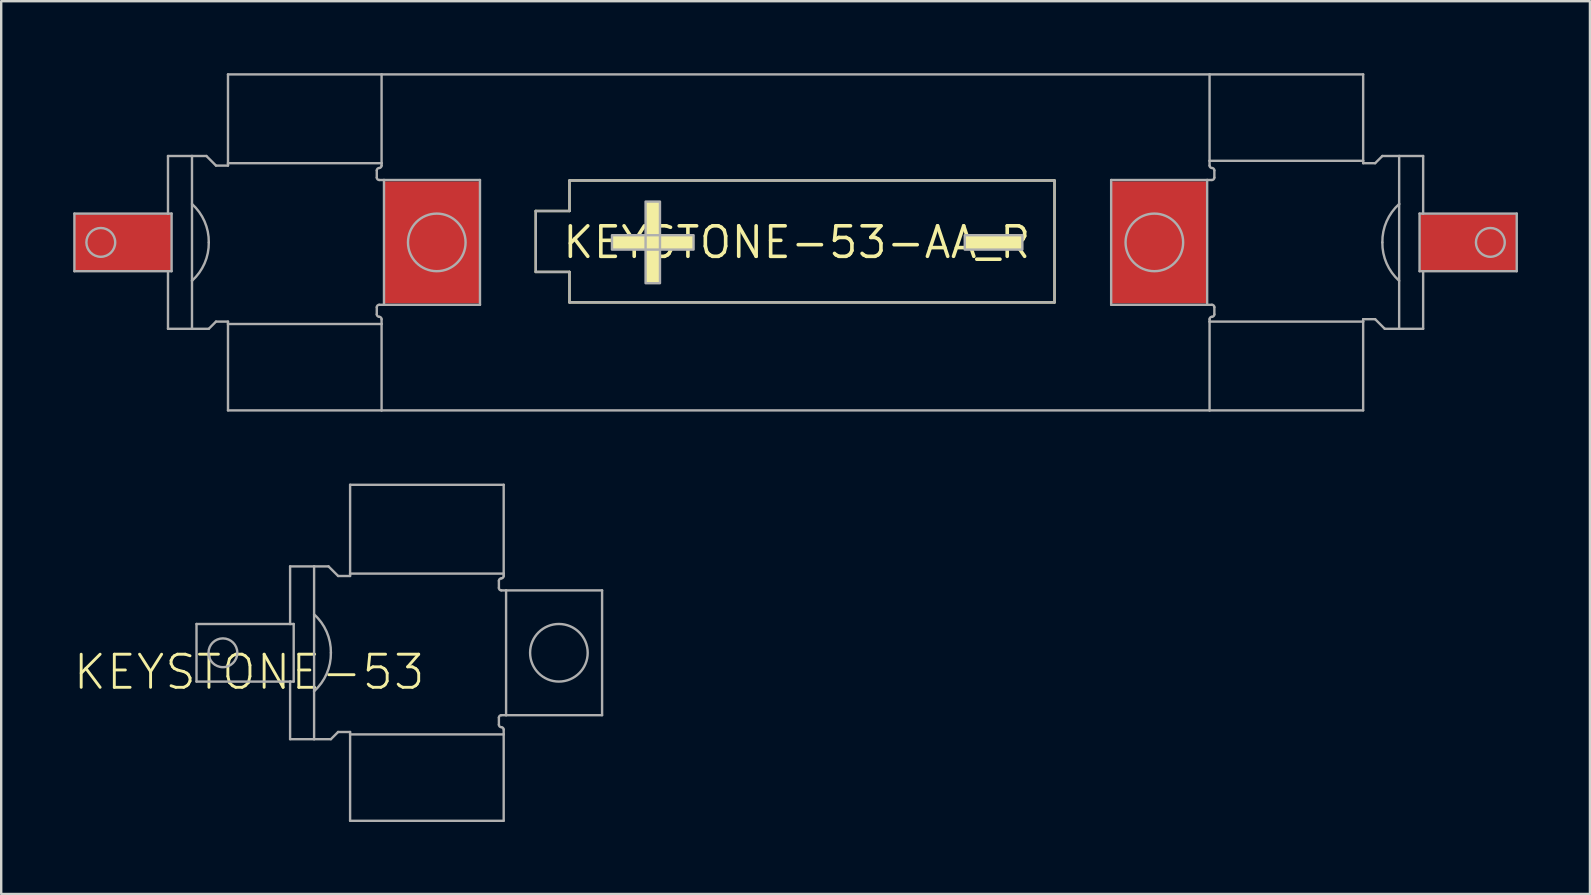
<source format=kicad_pcb>
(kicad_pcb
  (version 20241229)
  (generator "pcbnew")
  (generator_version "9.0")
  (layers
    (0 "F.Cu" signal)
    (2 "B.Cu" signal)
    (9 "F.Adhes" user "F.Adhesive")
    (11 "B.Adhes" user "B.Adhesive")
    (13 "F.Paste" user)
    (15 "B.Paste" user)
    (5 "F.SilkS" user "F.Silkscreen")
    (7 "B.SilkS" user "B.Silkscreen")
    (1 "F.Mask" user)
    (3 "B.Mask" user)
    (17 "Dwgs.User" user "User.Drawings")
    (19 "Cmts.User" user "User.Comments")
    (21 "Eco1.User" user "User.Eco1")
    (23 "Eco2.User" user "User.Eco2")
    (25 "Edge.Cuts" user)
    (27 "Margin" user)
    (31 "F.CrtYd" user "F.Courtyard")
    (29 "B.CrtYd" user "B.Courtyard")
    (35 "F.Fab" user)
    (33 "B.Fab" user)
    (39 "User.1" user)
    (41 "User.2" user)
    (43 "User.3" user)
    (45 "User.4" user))
  (footprint "KEYSTONE-53-AA_R"
    (layer "F.Cu")
    (at 30.15 7.05)
    (property "Reference" "KEYSTONE-53-AA_R" (at 0 0 0) (unlocked yes) (layer "F.SilkS") (effects (font (size 1.27 1.27) (thickness 0.15))))
    (fp_line (start -10.875 -1.309) (end -10.875 1.231) (stroke (width 0.1) (type solid)) (layer "F.SilkS"))
    (fp_line (start -10.875 1.231) (end -9.47 1.231) (stroke (width 0.1) (type solid)) (layer "F.SilkS"))
    (fp_line (start -9.47 -2.579) (end -9.47 -1.309) (stroke (width 0.1) (type solid)) (layer "F.SilkS"))
    (fp_line (start -9.47 -1.309) (end -10.875 -1.309) (stroke (width 0.1) (type solid)) (layer "F.SilkS"))
    (fp_line (start -9.47 2.501) (end -9.47 1.231) (stroke (width 0.1) (type solid)) (layer "F.SilkS"))
    (fp_line (start 10.74 -2.579) (end -9.47 -2.579) (stroke (width 0.1) (type solid)) (layer "F.SilkS"))
    (fp_line (start 10.74 2.501) (end -9.47 2.501) (stroke (width 0.1) (type solid)) (layer "F.SilkS"))
    (fp_line (start 10.74 2.501) (end 10.74 -2.579) (stroke (width 0.1) (type solid)) (layer "F.SilkS"))
    (fp_poly (pts (xy -5.7 -1.7) (xy -6.3 -1.7) (xy -6.3 1.7) (xy -5.7 1.7)) (stroke (width 0) (type default)) (fill yes) (layer "F.SilkS"))
    (fp_poly (pts (xy -4.3 -0.3) (xy -7.7 -0.3) (xy -7.7 0.3) (xy -4.3 0.3)) (stroke (width 0) (type default)) (fill yes) (layer "F.SilkS"))
    (fp_poly (pts (xy 9.4 -0.3) (xy 7 -0.3) (xy 7 0.3) (xy 9.4 0.3)) (stroke (width 0) (type default)) (fill yes) (layer "F.SilkS"))
    (fp_line (start -30.1 -1.2) (end -26.2 -1.2) (stroke (width 0.1) (type solid)) (layer "F.Fab"))
    (fp_line (start -30.1 1.2) (end -30.1 -1.2) (stroke (width 0.1) (type solid)) (layer "F.Fab"))
    (fp_line (start -30.1 1.2) (end -26.2 1.2) (stroke (width 0.1) (type solid)) (layer "F.Fab"))
    (fp_line (start -26.2 -3.6) (end -25.2 -3.6) (stroke (width 0.1) (type solid)) (layer "F.Fab"))
    (fp_line (start -26.2 -1.2) (end -26.2 -3.6) (stroke (width 0.1) (type solid)) (layer "F.Fab"))
    (fp_line (start -26.2 1.2) (end -26.05 1.2) (stroke (width 0.1) (type solid)) (layer "F.Fab"))
    (fp_line (start -26.2 3.6) (end -26.2 1.2) (stroke (width 0.1) (type solid)) (layer "F.Fab"))
    (fp_line (start -26.2 3.6) (end -25.2 3.6) (stroke (width 0.1) (type solid)) (layer "F.Fab"))
    (fp_line (start -26.05 -1.2) (end -26.2 -1.2) (stroke (width 0.1) (type solid)) (layer "F.Fab"))
    (fp_line (start -26.05 1.2) (end -26.05 -1.2) (stroke (width 0.1) (type solid)) (layer "F.Fab"))
    (fp_line (start -25.2 -3.6) (end -24.6 -3.6) (stroke (width 0.1) (type solid)) (layer "F.Fab"))
    (fp_line (start -25.2 1.6) (end -25.2 -3.6) (stroke (width 0.1) (type solid)) (layer "F.Fab"))
    (fp_line (start -25.2 3.6) (end -25.2 1.6) (stroke (width 0.1) (type solid)) (layer "F.Fab"))
    (fp_line (start -25.2 3.6) (end -24.5 3.6) (stroke (width 0.1) (type solid)) (layer "F.Fab"))
    (fp_line (start -24.6 -3.6) (end -24.2 -3.2) (stroke (width 0.1) (type solid)) (layer "F.Fab"))
    (fp_line (start -24.5 3.6) (end -24.2 3.3) (stroke (width 0.1) (type solid)) (layer "F.Fab"))
    (fp_line (start -24.2 -3.2) (end -23.7 -3.2) (stroke (width 0.1) (type solid)) (layer "F.Fab"))
    (fp_line (start -24.2 3.3) (end -23.7 3.3) (stroke (width 0.1) (type solid)) (layer "F.Fab"))
    (fp_line (start -23.7 -7) (end -23.7 -3.3) (stroke (width 0.1) (type solid)) (layer "F.Fab"))
    (fp_line (start -23.7 -3.3) (end -23.7 -3.2) (stroke (width 0.1) (type solid)) (layer "F.Fab"))
    (fp_line (start -23.7 -3.3) (end -17.3 -3.3) (stroke (width 0.1) (type solid)) (layer "F.Fab"))
    (fp_line (start -23.7 3.3) (end -23.7 3.4) (stroke (width 0.1) (type solid)) (layer "F.Fab"))
    (fp_line (start -23.7 3.4) (end -23.7 7) (stroke (width 0.1) (type solid)) (layer "F.Fab"))
    (fp_line (start -23.7 3.4) (end -17.3 3.4) (stroke (width 0.1) (type solid)) (layer "F.Fab"))
    (fp_line (start -23.7 7) (end -17.3 7) (stroke (width 0.1) (type solid)) (layer "F.Fab"))
    (fp_line (start -17.5 -2.7) (end -17.5 -3) (stroke (width 0.1) (type solid)) (layer "F.Fab"))
    (fp_line (start -17.5 2.7) (end -17.5 3) (stroke (width 0.1) (type solid)) (layer "F.Fab"))
    (fp_line (start -17.4 -2.6) (end -17.2 -2.6) (stroke (width 0.1) (type solid)) (layer "F.Fab"))
    (fp_line (start -17.3 -7) (end -23.7 -7) (stroke (width 0.1) (type solid)) (layer "F.Fab"))
    (fp_line (start -17.3 -7) (end 17.2 -7) (stroke (width 0.1) (type solid)) (layer "F.Fab"))
    (fp_line (start -17.3 -3.3) (end -17.3 -7) (stroke (width 0.1) (type solid)) (layer "F.Fab"))
    (fp_line (start -17.3 -3.2) (end -17.3 -3.3) (stroke (width 0.1) (type solid)) (layer "F.Fab"))
    (fp_line (start -17.3 3.2) (end -17.3 3.4) (stroke (width 0.1) (type solid)) (layer "F.Fab"))
    (fp_line (start -17.3 7) (end -17.3 3.4) (stroke (width 0.1) (type solid)) (layer "F.Fab"))
    (fp_line (start -17.3 7) (end 17.2 7) (stroke (width 0.1) (type solid)) (layer "F.Fab"))
    (fp_line (start -17.2 2.6) (end -17.4 2.6) (stroke (width 0.1) (type solid)) (layer "F.Fab"))
    (fp_line (start -17.2 2.6) (end -17.2 -2.6) (stroke (width 0.1) (type solid)) (layer "F.Fab"))
    (fp_line (start -13.2 -2.6) (end -17.2 -2.6) (stroke (width 0.1) (type solid)) (layer "F.Fab"))
    (fp_line (start -13.2 2.6) (end -17.2 2.6) (stroke (width 0.1) (type solid)) (layer "F.Fab"))
    (fp_line (start -13.2 2.6) (end -13.2 -2.6) (stroke (width 0.1) (type solid)) (layer "F.Fab"))
    (fp_line (start -10.875 -1.309) (end -10.875 1.231) (stroke (width 0.1) (type solid)) (layer "F.Fab"))
    (fp_line (start -10.875 1.231) (end -9.47 1.231) (stroke (width 0.1) (type solid)) (layer "F.Fab"))
    (fp_line (start -9.47 -2.579) (end -9.47 -1.309) (stroke (width 0.1) (type solid)) (layer "F.Fab"))
    (fp_line (start -9.47 -1.309) (end -10.875 -1.309) (stroke (width 0.1) (type solid)) (layer "F.Fab"))
    (fp_line (start -9.47 2.501) (end -9.47 1.231) (stroke (width 0.1) (type solid)) (layer "F.Fab"))
    (fp_line (start 10.74 -2.579) (end -9.47 -2.579) (stroke (width 0.1) (type solid)) (layer "F.Fab"))
    (fp_line (start 10.74 2.501) (end -9.47 2.501) (stroke (width 0.1) (type solid)) (layer "F.Fab"))
    (fp_line (start 10.74 2.501) (end 10.74 -2.579) (stroke (width 0.1) (type solid)) (layer "F.Fab"))
    (fp_line (start 13.1 -2.6) (end 13.1 2.6) (stroke (width 0.1) (type solid)) (layer "F.Fab"))
    (fp_line (start 13.1 -2.6) (end 17.1 -2.6) (stroke (width 0.1) (type solid)) (layer "F.Fab"))
    (fp_line (start 13.1 2.6) (end 17.1 2.6) (stroke (width 0.1) (type solid)) (layer "F.Fab"))
    (fp_line (start 17.1 -2.6) (end 17.1 2.6) (stroke (width 0.1) (type solid)) (layer "F.Fab"))
    (fp_line (start 17.1 -2.6) (end 17.3 -2.6) (stroke (width 0.1) (type solid)) (layer "F.Fab"))
    (fp_line (start 17.2 -7) (end 17.2 -3.4) (stroke (width 0.1) (type solid)) (layer "F.Fab"))
    (fp_line (start 17.2 -3.2) (end 17.2 -3.4) (stroke (width 0.1) (type solid)) (layer "F.Fab"))
    (fp_line (start 17.2 3.2) (end 17.2 3.3) (stroke (width 0.1) (type solid)) (layer "F.Fab"))
    (fp_line (start 17.2 3.3) (end 17.2 7) (stroke (width 0.1) (type solid)) (layer "F.Fab"))
    (fp_line (start 17.2 7) (end 23.6 7) (stroke (width 0.1) (type solid)) (layer "F.Fab"))
    (fp_line (start 17.3 2.6) (end 17.1 2.6) (stroke (width 0.1) (type solid)) (layer "F.Fab"))
    (fp_line (start 17.4 -2.7) (end 17.4 -3) (stroke (width 0.1) (type solid)) (layer "F.Fab"))
    (fp_line (start 17.4 2.7) (end 17.4 3) (stroke (width 0.1) (type solid)) (layer "F.Fab"))
    (fp_line (start 23.6 -7) (end 17.2 -7) (stroke (width 0.1) (type solid)) (layer "F.Fab"))
    (fp_line (start 23.6 -3.4) (end 17.2 -3.4) (stroke (width 0.1) (type solid)) (layer "F.Fab"))
    (fp_line (start 23.6 -3.4) (end 23.6 -7) (stroke (width 0.1) (type solid)) (layer "F.Fab"))
    (fp_line (start 23.6 -3.3) (end 23.6 -3.4) (stroke (width 0.1) (type solid)) (layer "F.Fab"))
    (fp_line (start 23.6 3.3) (end 17.2 3.3) (stroke (width 0.1) (type solid)) (layer "F.Fab"))
    (fp_line (start 23.6 3.3) (end 23.6 3.2) (stroke (width 0.1) (type solid)) (layer "F.Fab"))
    (fp_line (start 23.6 7) (end 23.6 3.3) (stroke (width 0.1) (type solid)) (layer "F.Fab"))
    (fp_line (start 24.1 -3.3) (end 23.6 -3.3) (stroke (width 0.1) (type solid)) (layer "F.Fab"))
    (fp_line (start 24.1 3.2) (end 23.6 3.2) (stroke (width 0.1) (type solid)) (layer "F.Fab"))
    (fp_line (start 24.4 -3.6) (end 24.1 -3.3) (stroke (width 0.1) (type solid)) (layer "F.Fab"))
    (fp_line (start 24.5 3.6) (end 24.1 3.2) (stroke (width 0.1) (type solid)) (layer "F.Fab"))
    (fp_line (start 25.1 -3.6) (end 24.4 -3.6) (stroke (width 0.1) (type solid)) (layer "F.Fab"))
    (fp_line (start 25.1 -3.6) (end 25.1 -1.6) (stroke (width 0.1) (type solid)) (layer "F.Fab"))
    (fp_line (start 25.1 -1.6) (end 25.1 3.6) (stroke (width 0.1) (type solid)) (layer "F.Fab"))
    (fp_line (start 25.1 3.6) (end 24.5 3.6) (stroke (width 0.1) (type solid)) (layer "F.Fab"))
    (fp_line (start 25.95 -1.2) (end 25.95 1.2) (stroke (width 0.1) (type solid)) (layer "F.Fab"))
    (fp_line (start 25.95 1.2) (end 26.1 1.2) (stroke (width 0.1) (type solid)) (layer "F.Fab"))
    (fp_line (start 26.1 -3.6) (end 25.1 -3.6) (stroke (width 0.1) (type solid)) (layer "F.Fab"))
    (fp_line (start 26.1 -3.6) (end 26.1 -1.2) (stroke (width 0.1) (type solid)) (layer "F.Fab"))
    (fp_line (start 26.1 -1.2) (end 25.95 -1.2) (stroke (width 0.1) (type solid)) (layer "F.Fab"))
    (fp_line (start 26.1 1.2) (end 26.1 3.6) (stroke (width 0.1) (type solid)) (layer "F.Fab"))
    (fp_line (start 26.1 3.6) (end 25.1 3.6) (stroke (width 0.1) (type solid)) (layer "F.Fab"))
    (fp_line (start 30 -1.2) (end 26.1 -1.2) (stroke (width 0.1) (type solid)) (layer "F.Fab"))
    (fp_line (start 30 -1.2) (end 30 1.2) (stroke (width 0.1) (type solid)) (layer "F.Fab"))
    (fp_line (start 30 1.2) (end 26.1 1.2) (stroke (width 0.1) (type solid)) (layer "F.Fab"))
    (fp_arc (start -25.2 -1.6) (mid -24.676982 -0.875695) (end -24.5 0) (stroke (width 0.1) (type solid)) (layer "F.Fab"))
    (fp_arc (start -24.5 0) (mid -24.676983 0.875695) (end -25.2 1.6) (stroke (width 0.1) (type solid)) (layer "F.Fab"))
    (fp_arc (start -17.5 -3) (mid -17.470711 -3.070711) (end -17.4 -3.1) (stroke (width 0.1) (type solid)) (layer "F.Fab"))
    (fp_arc (start -17.5 2.7) (mid -17.470711 2.629289) (end -17.4 2.6) (stroke (width 0.1) (type solid)) (layer "F.Fab"))
    (fp_arc (start -17.4 -2.6) (mid -17.470711 -2.629289) (end -17.5 -2.7) (stroke (width 0.1) (type solid)) (layer "F.Fab"))
    (fp_arc (start -17.4 3.1) (mid -17.470711 3.070711) (end -17.5 3) (stroke (width 0.1) (type solid)) (layer "F.Fab"))
    (fp_arc (start -17.4 3.1) (mid -17.329289 3.129289) (end -17.3 3.2) (stroke (width 0.1) (type solid)) (layer "F.Fab"))
    (fp_arc (start -17.3 -3.2) (mid -17.329289 -3.129289) (end -17.4 -3.1) (stroke (width 0.1) (type solid)) (layer "F.Fab"))
    (fp_arc (start 17.2 3.2) (mid 17.229289 3.129289) (end 17.3 3.1) (stroke (width 0.1) (type solid)) (layer "F.Fab"))
    (fp_arc (start 17.3 -3.1) (mid 17.229289 -3.129289) (end 17.2 -3.2) (stroke (width 0.1) (type solid)) (layer "F.Fab"))
    (fp_arc (start 17.3 -3.1) (mid 17.370711 -3.070711) (end 17.4 -3) (stroke (width 0.1) (type solid)) (layer "F.Fab"))
    (fp_arc (start 17.3 2.6) (mid 17.370711 2.629289) (end 17.4 2.7) (stroke (width 0.1) (type solid)) (layer "F.Fab"))
    (fp_arc (start 17.4 -2.7) (mid 17.370711 -2.629289) (end 17.3 -2.6) (stroke (width 0.1) (type solid)) (layer "F.Fab"))
    (fp_arc (start 17.4 3) (mid 17.370711 3.070711) (end 17.3 3.1) (stroke (width 0.1) (type solid)) (layer "F.Fab"))
    (fp_arc (start 24.4 0) (mid 24.576983 -0.875695) (end 25.1 -1.6) (stroke (width 0.1) (type solid)) (layer "F.Fab"))
    (fp_arc (start 25.1 1.6) (mid 24.576982 0.875695) (end 24.4 0) (stroke (width 0.1) (type solid)) (layer "F.Fab"))
    (fp_circle (center -29 0) (end -28.4 0) (stroke (width 0.1) (type solid)) (fill no) (layer "F.Fab"))
    (fp_circle (center -15 0) (end -13.8 0) (stroke (width 0.1) (type solid)) (fill no) (layer "F.Fab"))
    (fp_circle (center 14.9 0) (end 16.1 0) (stroke (width 0.1) (type solid)) (fill no) (layer "F.Fab"))
    (fp_circle (center 28.9 0) (end 29.5 0) (stroke (width 0.1) (type solid)) (fill no) (layer "F.Fab"))
    (fp_poly (pts (xy -5.7 -1.7) (xy -6.3 -1.7) (xy -6.3 1.7) (xy -5.7 1.7)) (stroke (width 0.1) (type default)) (fill no) (layer "F.Fab"))
    (fp_poly (pts (xy -4.3 -0.3) (xy -7.7 -0.3) (xy -7.7 0.3) (xy -4.3 0.3)) (stroke (width 0.1) (type default)) (fill no) (layer "F.Fab"))
    (fp_poly (pts (xy 9.4 -0.3) (xy 7 -0.3) (xy 7 0.3) (xy 9.4 0.3)) (stroke (width 0.1) (type default)) (fill no) (layer "F.Fab"))
    (pad "M1" smd rect (at 27.975 0 180) (size 4 2.34) (layers "F.Cu" "F.Mask" "F.Paste"))
    (pad "M2" smd rect (at 15.09 0 180) (size 3.96 5.08) (layers "F.Cu" "F.Mask" "F.Paste"))
    (pad "P1" smd rect (at -28.075 0) (size 4 2.34) (layers "F.Cu" "F.Mask" "F.Paste"))
    (pad "P2" smd rect (at -15.19 0) (size 3.96 5.08) (layers "F.Cu" "F.Mask" "F.Paste")))
  (footprint "KEYSTONE-53"
    (layer "F.Cu")
    (at 14.738 24.15)
    (property "Reference" "KEYSTONE-53" (at 0 0 0) (unlocked yes) (layer "F.SilkS") (effects (font (size 1.38 1.38) (thickness 0.12)) (justify right top)))
    (fp_line (start -9.6 -1.2) (end -5.7 -1.2) (stroke (width 0.1) (type solid)) (layer "F.Fab"))
    (fp_line (start -9.6 1.2) (end -9.6 -1.2) (stroke (width 0.1) (type solid)) (layer "F.Fab"))
    (fp_line (start -9.6 1.2) (end -5.7 1.2) (stroke (width 0.1) (type solid)) (layer "F.Fab"))
    (fp_line (start -5.7 -3.6) (end -4.7 -3.6) (stroke (width 0.1) (type solid)) (layer "F.Fab"))
    (fp_line (start -5.7 -1.2) (end -5.7 -3.6) (stroke (width 0.1) (type solid)) (layer "F.Fab"))
    (fp_line (start -5.7 1.2) (end -5.55 1.2) (stroke (width 0.1) (type solid)) (layer "F.Fab"))
    (fp_line (start -5.7 3.6) (end -5.7 1.2) (stroke (width 0.1) (type solid)) (layer "F.Fab"))
    (fp_line (start -5.7 3.6) (end -4.7 3.6) (stroke (width 0.1) (type solid)) (layer "F.Fab"))
    (fp_line (start -5.55 -1.2) (end -5.7 -1.2) (stroke (width 0.1) (type solid)) (layer "F.Fab"))
    (fp_line (start -5.55 1.2) (end -5.55 -1.2) (stroke (width 0.1) (type solid)) (layer "F.Fab"))
    (fp_line (start -4.7 -3.6) (end -4.1 -3.6) (stroke (width 0.1) (type solid)) (layer "F.Fab"))
    (fp_line (start -4.7 1.6) (end -4.7 -3.6) (stroke (width 0.1) (type solid)) (layer "F.Fab"))
    (fp_line (start -4.7 3.6) (end -4.7 1.6) (stroke (width 0.1) (type solid)) (layer "F.Fab"))
    (fp_line (start -4.7 3.6) (end -4 3.6) (stroke (width 0.1) (type solid)) (layer "F.Fab"))
    (fp_line (start -4.1 -3.6) (end -3.7 -3.2) (stroke (width 0.1) (type solid)) (layer "F.Fab"))
    (fp_line (start -4 3.6) (end -3.7 3.3) (stroke (width 0.1) (type solid)) (layer "F.Fab"))
    (fp_line (start -3.7 -3.2) (end -3.2 -3.2) (stroke (width 0.1) (type solid)) (layer "F.Fab"))
    (fp_line (start -3.7 3.3) (end -3.2 3.3) (stroke (width 0.1) (type solid)) (layer "F.Fab"))
    (fp_line (start -3.2 -7) (end -3.2 -3.3) (stroke (width 0.1) (type solid)) (layer "F.Fab"))
    (fp_line (start -3.2 -3.3) (end -3.2 -3.2) (stroke (width 0.1) (type solid)) (layer "F.Fab"))
    (fp_line (start -3.2 -3.3) (end 3.2 -3.3) (stroke (width 0.1) (type solid)) (layer "F.Fab"))
    (fp_line (start -3.2 3.3) (end -3.2 3.4) (stroke (width 0.1) (type solid)) (layer "F.Fab"))
    (fp_line (start -3.2 3.4) (end -3.2 7) (stroke (width 0.1) (type solid)) (layer "F.Fab"))
    (fp_line (start -3.2 3.4) (end 3.2 3.4) (stroke (width 0.1) (type solid)) (layer "F.Fab"))
    (fp_line (start -3.2 7) (end 3.2 7) (stroke (width 0.1) (type solid)) (layer "F.Fab"))
    (fp_line (start 3 -2.7) (end 3 -3) (stroke (width 0.1) (type solid)) (layer "F.Fab"))
    (fp_line (start 3 2.7) (end 3 3) (stroke (width 0.1) (type solid)) (layer "F.Fab"))
    (fp_line (start 3.1 -2.6) (end 3.3 -2.6) (stroke (width 0.1) (type solid)) (layer "F.Fab"))
    (fp_line (start 3.2 -7) (end -3.2 -7) (stroke (width 0.1) (type solid)) (layer "F.Fab"))
    (fp_line (start 3.2 -3.3) (end 3.2 -7) (stroke (width 0.1) (type solid)) (layer "F.Fab"))
    (fp_line (start 3.2 -3.2) (end 3.2 -3.3) (stroke (width 0.1) (type solid)) (layer "F.Fab"))
    (fp_line (start 3.2 3.2) (end 3.2 3.4) (stroke (width 0.1) (type solid)) (layer "F.Fab"))
    (fp_line (start 3.2 7) (end 3.2 3.4) (stroke (width 0.1) (type solid)) (layer "F.Fab"))
    (fp_line (start 3.3 2.6) (end 3.1 2.6) (stroke (width 0.1) (type solid)) (layer "F.Fab"))
    (fp_line (start 3.3 2.6) (end 3.3 -2.6) (stroke (width 0.1) (type solid)) (layer "F.Fab"))
    (fp_line (start 7.3 -2.6) (end 3.3 -2.6) (stroke (width 0.1) (type solid)) (layer "F.Fab"))
    (fp_line (start 7.3 2.6) (end 3.3 2.6) (stroke (width 0.1) (type solid)) (layer "F.Fab"))
    (fp_line (start 7.3 2.6) (end 7.3 -2.6) (stroke (width 0.1) (type solid)) (layer "F.Fab"))
    (fp_arc (start -4.7 -1.6) (mid -4.176982 -0.875695) (end -4 0) (stroke (width 0.1) (type solid)) (layer "F.Fab"))
    (fp_arc (start -4 0) (mid -4.176983 0.875695) (end -4.7 1.6) (stroke (width 0.1) (type solid)) (layer "F.Fab"))
    (fp_arc (start 3 -3) (mid 3.029289 -3.070711) (end 3.1 -3.1) (stroke (width 0.1) (type solid)) (layer "F.Fab"))
    (fp_arc (start 3 2.7) (mid 3.029289 2.629289) (end 3.1 2.6) (stroke (width 0.1) (type solid)) (layer "F.Fab"))
    (fp_arc (start 3.1 -2.6) (mid 3.029289 -2.629289) (end 3 -2.7) (stroke (width 0.1) (type solid)) (layer "F.Fab"))
    (fp_arc (start 3.1 3.1) (mid 3.029289 3.070711) (end 3 3) (stroke (width 0.1) (type solid)) (layer "F.Fab"))
    (fp_arc (start 3.1 3.1) (mid 3.170711 3.129289) (end 3.2 3.2) (stroke (width 0.1) (type solid)) (layer "F.Fab"))
    (fp_arc (start 3.2 -3.2) (mid 3.170711 -3.129289) (end 3.1 -3.1) (stroke (width 0.1) (type solid)) (layer "F.Fab"))
    (fp_circle (center -8.5 0) (end -7.9 0) (stroke (width 0.1) (type solid)) (fill no) (layer "F.Fab"))
    (fp_circle (center 5.5 0) (end 6.7 0) (stroke (width 0.1) (type solid)) (fill no) (layer "F.Fab")))
  (gr_rect
    (start -3 -3)
    (end 63.2 34.2)
    (stroke (width 0.1) (type default))
    (fill no)
    (layer "Edge.Cuts")))
</source>
